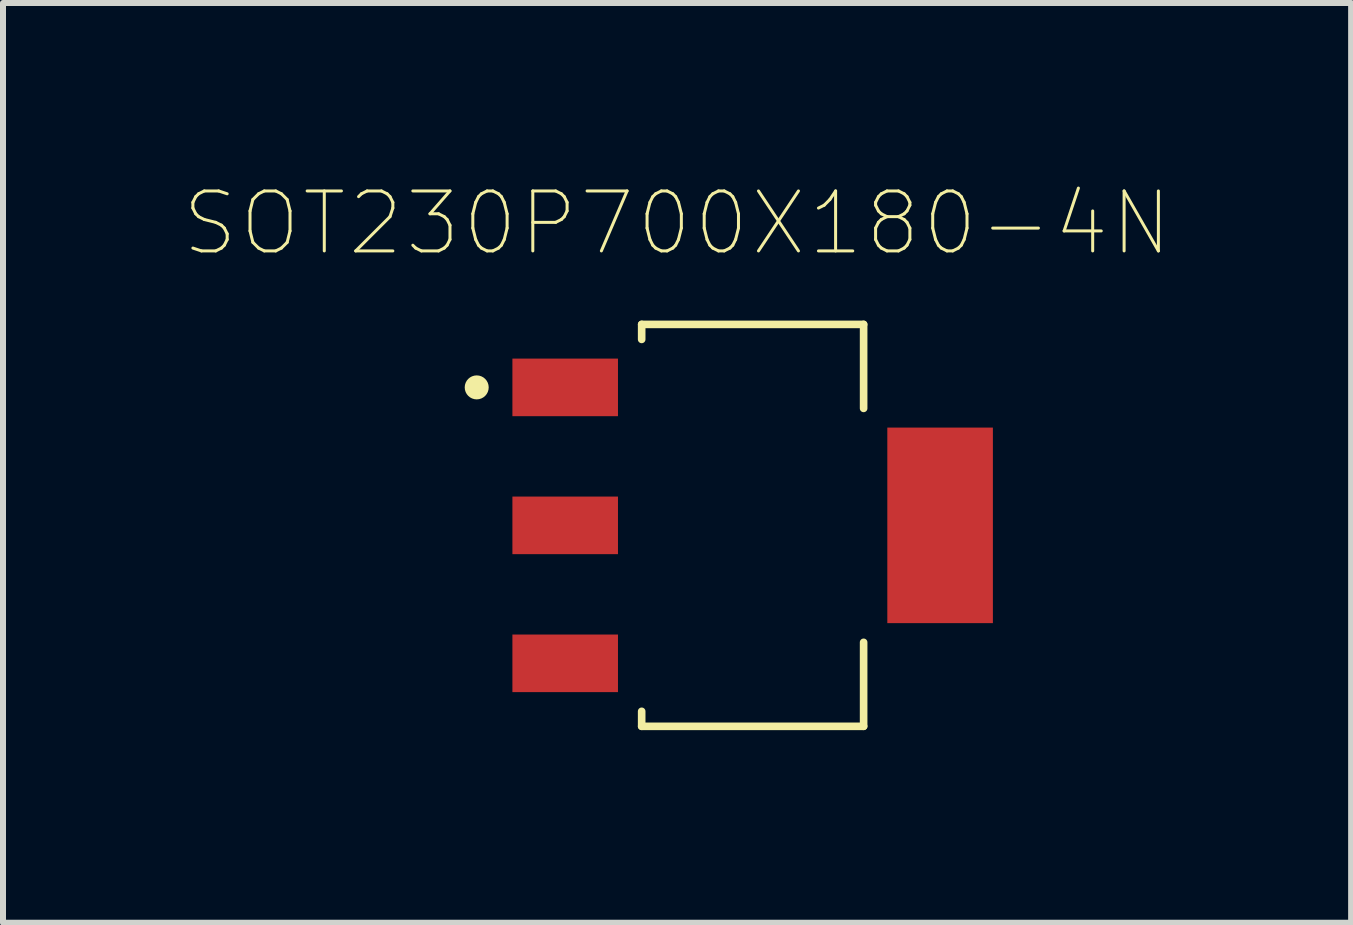
<source format=kicad_pcb>
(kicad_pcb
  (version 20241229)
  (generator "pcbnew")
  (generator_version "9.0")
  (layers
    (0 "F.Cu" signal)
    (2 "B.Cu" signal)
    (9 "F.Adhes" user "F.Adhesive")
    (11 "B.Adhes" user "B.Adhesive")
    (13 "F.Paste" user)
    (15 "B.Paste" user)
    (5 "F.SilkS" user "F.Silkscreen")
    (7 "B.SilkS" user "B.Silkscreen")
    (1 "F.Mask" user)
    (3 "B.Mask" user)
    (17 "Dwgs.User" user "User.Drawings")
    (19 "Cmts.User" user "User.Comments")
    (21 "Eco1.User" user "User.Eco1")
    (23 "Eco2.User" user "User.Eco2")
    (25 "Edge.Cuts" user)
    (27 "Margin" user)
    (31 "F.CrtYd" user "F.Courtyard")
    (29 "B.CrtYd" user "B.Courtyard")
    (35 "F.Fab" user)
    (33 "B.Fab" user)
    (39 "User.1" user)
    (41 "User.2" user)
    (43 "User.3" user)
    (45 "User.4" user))
  (footprint "SOT230P700X180-4N"
    (layer "F.Cu")
    (at 9.497 5.708)
    (property "Reference" "SOT230P700X180-4N" (at -1.26 -5.035 0) (layer "F.SilkS") (effects (font (size 1 1) (thickness 0.05))))
    (attr smd)
    (fp_line (start -1.85 -3.35) (end -1.85 -3.1) (stroke (width 0.127) (type solid)) (layer "F.SilkS"))
    (fp_line (start -1.85 3.35) (end -1.85 3.1) (stroke (width 0.127) (type solid)) (layer "F.SilkS"))
    (fp_line (start 1.85 -3.35) (end -1.85 -3.35) (stroke (width 0.127) (type solid)) (layer "F.SilkS"))
    (fp_line (start 1.85 -1.95) (end 1.85 -3.35) (stroke (width 0.127) (type solid)) (layer "F.SilkS"))
    (fp_line (start 1.85 1.95) (end 1.85 3.35) (stroke (width 0.127) (type solid)) (layer "F.SilkS"))
    (fp_line (start 1.85 3.35) (end -1.85 3.35) (stroke (width 0.127) (type solid)) (layer "F.SilkS"))
    (fp_circle (center -4.6 -2.3) (end -4.5 -2.3) (stroke (width 0.2) (type solid)) (fill no) (layer "F.SilkS"))
    (fp_line (start -4.26 -3.03) (end -4.26 3.03) (stroke (width 0.05) (type solid)) (layer "Eco1.User"))
    (fp_line (start -4.26 3.03) (end -2.1 3.03) (stroke (width 0.05) (type solid)) (layer "Eco1.User"))
    (fp_line (start -2.1 -3.6) (end -2.1 -3.03) (stroke (width 0.05) (type solid)) (layer "Eco1.User"))
    (fp_line (start -2.1 -3.6) (end 2.1 -3.6) (stroke (width 0.05) (type solid)) (layer "Eco1.User"))
    (fp_line (start -2.1 -3.03) (end -4.26 -3.03) (stroke (width 0.05) (type solid)) (layer "Eco1.User"))
    (fp_line (start -2.1 3.03) (end -2.1 3.6) (stroke (width 0.05) (type solid)) (layer "Eco1.User"))
    (fp_line (start 2.1 -3.6) (end 2.1 -1.88) (stroke (width 0.05) (type solid)) (layer "Eco1.User"))
    (fp_line (start 2.1 -1.88) (end 4.26 -1.88) (stroke (width 0.05) (type solid)) (layer "Eco1.User"))
    (fp_line (start 2.1 1.88) (end 2.1 3.6) (stroke (width 0.05) (type solid)) (layer "Eco1.User"))
    (fp_line (start 2.1 3.6) (end -2.1 3.6) (stroke (width 0.05) (type solid)) (layer "Eco1.User"))
    (fp_line (start 4.26 -1.88) (end 4.26 1.88) (stroke (width 0.05) (type solid)) (layer "Eco1.User"))
    (fp_line (start 4.26 1.88) (end 2.1 1.88) (stroke (width 0.05) (type solid)) (layer "Eco1.User"))
    (fp_line (start -1.85 -3.35) (end 1.85 -3.35) (stroke (width 0.127) (type solid)) (layer "Eco2.User"))
    (fp_line (start -1.85 3.35) (end -1.85 -3.35) (stroke (width 0.127) (type solid)) (layer "Eco2.User"))
    (fp_line (start -1.85 3.35) (end 1.85 3.35) (stroke (width 0.127) (type solid)) (layer "Eco2.User"))
    (fp_line (start 1.85 -3.35) (end 1.85 3.35) (stroke (width 0.127) (type solid)) (layer "Eco2.User"))
    (fp_line (start 1.85 3.35) (end -1.85 3.35) (stroke (width 0.127) (type solid)) (layer "Eco2.User"))
    (fp_circle (center -4.6 -2.3) (end -4.5 -2.3) (stroke (width 0.2) (type solid)) (fill no) (layer "Eco2.User"))
    (pad "1" smd rect (at -3.125 -2.3) (size 1.76 0.96) (layers "F.Cu" "F.Mask" "F.Paste"))
    (pad "2" smd rect (at -3.125 0) (size 1.76 0.96) (layers "F.Cu" "F.Mask" "F.Paste"))
    (pad "3" smd rect (at -3.125 2.3) (size 1.76 0.96) (layers "F.Cu" "F.Mask" "F.Paste"))
    (pad "4" smd rect (at 3.125 0 90) (size 3.26 1.76) (layers "F.Cu" "F.Mask" "F.Paste")))
  (gr_rect
    (start -3 -3)
    (end 19.474 12.333)
    (stroke (width 0.1) (type default))
    (fill no)
    (layer "Edge.Cuts")))
</source>
